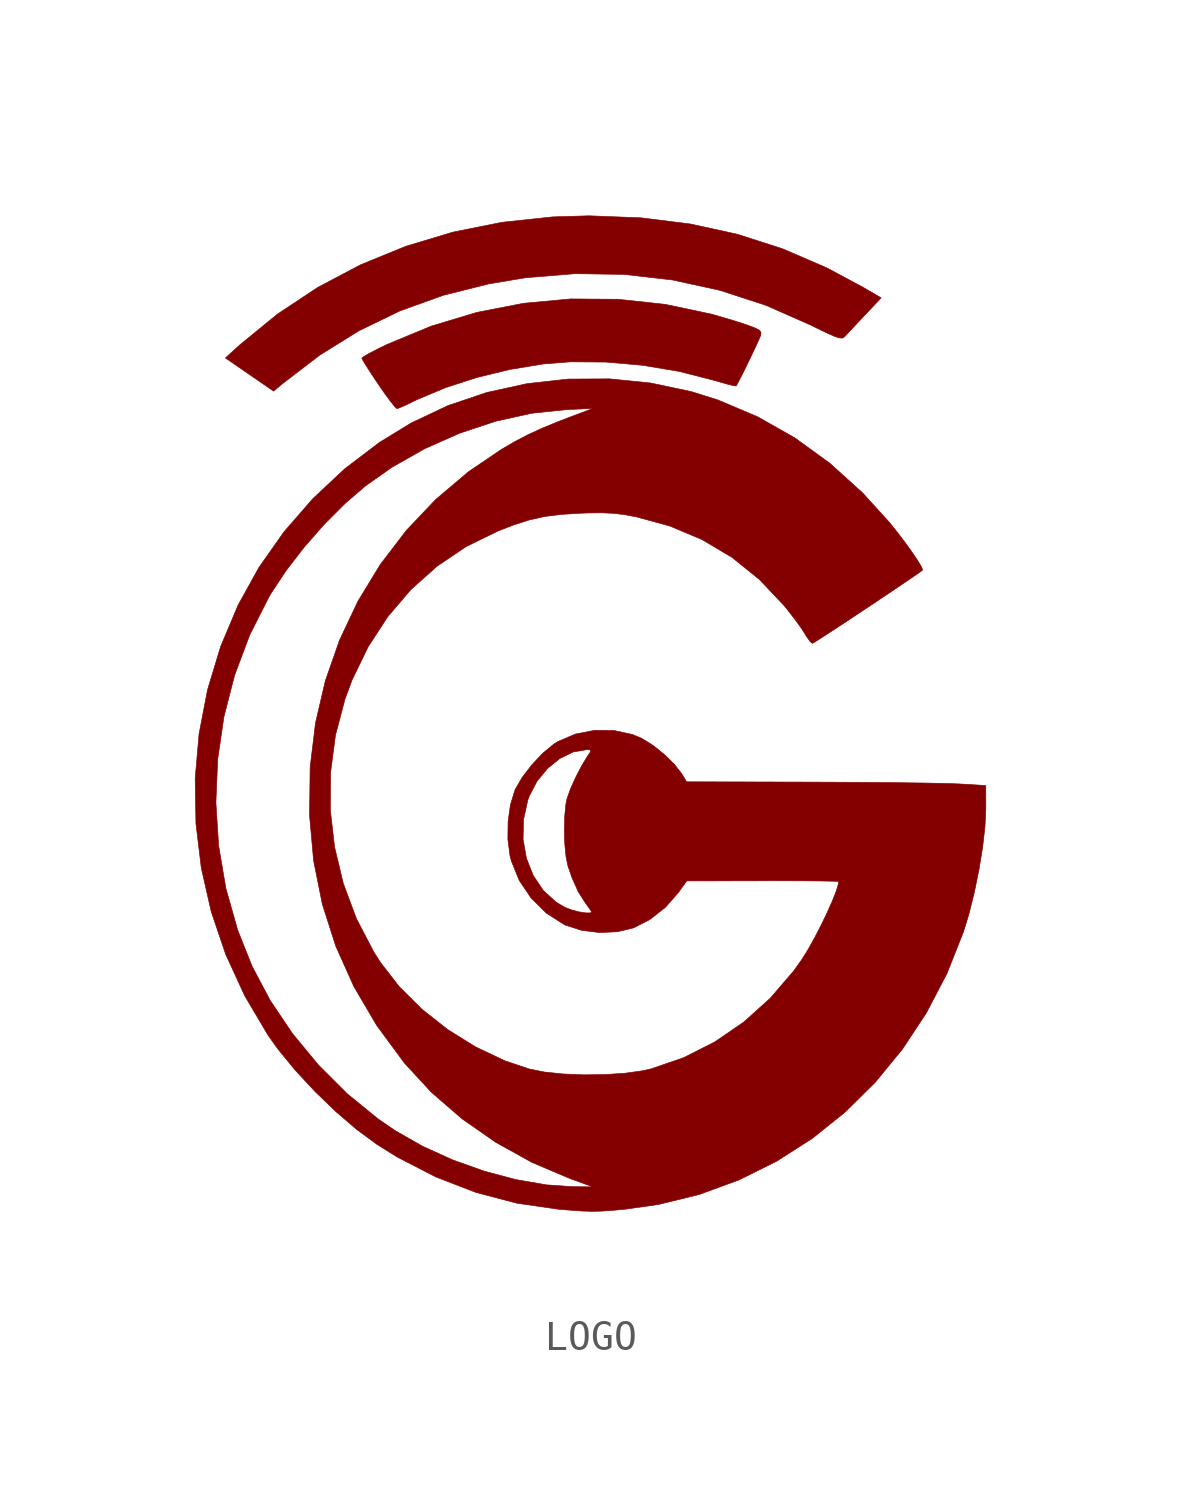
<source format=kicad_sym>
(kicad_symbol_lib
  (version 20220914)
  (generator "bitmap2component")
  (generator_version "8.0")
  (symbol "LOGO"
    (pin_names
      (offset 1.016))
    (property "Reference" "#G"
      (at 0 18.5 0)
      (effects (font (size 1.27 1.27)) hide))
    (symbol "LOGO_0_0"
      (polyline (pts (xy 0.423 -16.486) (xy 0.769 -16.463) (xy 1.207 -16.424) (xy 2.365 -16.261) (xy 3.777 -15.915) (xy 5.133 -15.418) (xy 6.422 -14.778) (xy 7.636 -14.002) (xy 8.767 -13.097) (xy 9.803 -12.072) (xy 10.736 -10.934) (xy 11.557 -9.69) (xy 12.257 -8.349) (xy 12.825 -6.917) (xy 13.01 -6.312) (xy 13.196 -5.566) (xy 13.356 -4.785) (xy 13.481 -4.016) (xy 13.562 -3.308) (xy 13.59 -2.709) (xy 13.589 -1.905) (xy 12.7 -1.852) (xy 12.695 -1.852) (xy 12.428 -1.841) (xy 12.012 -1.83) (xy 11.469 -1.82) (xy 10.819 -1.811) (xy 10.084 -1.803) (xy 9.285 -1.797) (xy 8.441 -1.792) (xy 7.575 -1.788) (xy 3.338 -1.778) (xy 3.2 -1.543) (xy 3.176 -1.505) (xy 2.92 -1.179) (xy 2.57 -0.837) (xy 2.181 -0.525) (xy 1.805 -0.292) (xy 1.488 -0.159) (xy 0.853 -0.02) (xy 0.185 -0.015) (xy -0.472 -0.143) (xy -1.077 -0.401) (xy -1.22 -0.493) (xy -1.592 -0.803) (xy -1.965 -1.198) (xy -2.291 -1.624) (xy -2.527 -2.03) (xy -2.545 -2.071) (xy -2.696 -2.564) (xy -2.777 -3.144) (xy -2.784 -3.746) (xy -2.784 -3.751) (xy -2.263 -3.751) (xy -2.249 -3.077) (xy -2.1 -2.4) (xy -2.05 -2.263) (xy -1.785 -1.758) (xy -1.427 -1.322) (xy -1.005 -0.98) (xy -0.548 -0.757) (xy -0.086 -0.677) (xy 0.027 -0.683) (xy 0.055 -0.731) (xy -0.032 -0.868) (xy -0.063 -0.912) (xy -0.263 -1.242) (xy -0.468 -1.639) (xy -0.645 -2.034) (xy -0.758 -2.358) (xy -0.796 -2.54) (xy -0.836 -2.945) (xy -0.849 -3.418) (xy -0.835 -3.9) (xy -0.794 -4.333) (xy -0.728 -4.657) (xy -0.588 -5.064) (xy -0.377 -5.536) (xy -0.133 -5.922) (xy -0.076 -5.999) (xy 0.039 -6.162) (xy 0.085 -6.239) (xy 0.04 -6.27) (xy -0.122 -6.269) (xy -0.354 -6.232) (xy -0.606 -6.166) (xy -0.827 -6.082) (xy -1.131 -5.902) (xy -1.574 -5.497) (xy -1.916 -4.986) (xy -2.149 -4.396) (xy -2.263 -3.751) (xy -2.784 -3.751) (xy -2.712 -4.306) (xy -2.668 -4.483) (xy -2.396 -5.154) (xy -1.987 -5.762) (xy -1.466 -6.277) (xy -0.858 -6.666) (xy -0.808 -6.69) (xy -0.26 -6.866) (xy 0.355 -6.942) (xy 0.971 -6.915) (xy 1.524 -6.782) (xy 2.08 -6.497) (xy 2.612 -6.079) (xy 3.059 -5.571) (xy 3.344 -5.173) (xy 5.948 -5.169) (xy 6.239 -5.168) (xy 6.861 -5.169) (xy 7.415 -5.171) (xy 7.881 -5.175) (xy 8.24 -5.181) (xy 8.47 -5.187) (xy 8.551 -5.194) (xy 8.543 -5.263) (xy 8.47 -5.51) (xy 8.335 -5.854) (xy 8.153 -6.263) (xy 7.941 -6.703) (xy 7.714 -7.141) (xy 7.489 -7.543) (xy 7.28 -7.876) (xy 7.003 -8.263) (xy 6.201 -9.196) (xy 5.297 -10.008) (xy 4.304 -10.689) (xy 3.239 -11.228) (xy 2.117 -11.614) (xy 1.83 -11.678) (xy 1.225 -11.762) (xy 0.536 -11.808) (xy -0.186 -11.817) (xy -0.891 -11.787) (xy -1.532 -11.721) (xy -2.056 -11.616) (xy -2.898 -11.331) (xy -3.894 -10.859) (xy -4.848 -10.264) (xy -5.729 -9.569) (xy -6.506 -8.796) (xy -7.149 -7.967) (xy -7.379 -7.604) (xy -7.975 -6.461) (xy -8.424 -5.255) (xy -8.722 -4.007) (xy -8.868 -2.733) (xy -8.858 -1.452) (xy -8.691 -0.182) (xy -8.364 1.058) (xy -8.12 1.714) (xy -7.569 2.851) (xy -6.895 3.885) (xy -6.106 4.808) (xy -5.208 5.609) (xy -4.212 6.281) (xy -3.123 6.814) (xy -2.604 7.015) (xy -2.055 7.192) (xy -1.531 7.31) (xy -0.966 7.382) (xy -0.296 7.423) (xy -0.065 7.432) (xy 0.421 7.438) (xy 0.823 7.421) (xy 1.199 7.376) (xy 1.609 7.3) (xy 2.751 6.989) (xy 3.869 6.52) (xy 4.897 5.908) (xy 5.835 5.152) (xy 6.684 4.253) (xy 6.778 4.137) (xy 7.027 3.817) (xy 7.243 3.521) (xy 7.386 3.301) (xy 7.446 3.201) (xy 7.568 3.031) (xy 7.648 2.964) (xy 7.651 2.965) (xy 7.744 3.019) (xy 7.952 3.151) (xy 8.254 3.347) (xy 8.626 3.59) (xy 9.045 3.867) (xy 9.489 4.162) (xy 9.936 4.46) (xy 10.363 4.746) (xy 10.748 5.006) (xy 11.068 5.223) (xy 11.3 5.384) (xy 11.422 5.473) (xy 11.425 5.486) (xy 11.374 5.606) (xy 11.242 5.823) (xy 11.049 6.109) (xy 10.812 6.437) (xy 10.551 6.781) (xy 10.284 7.112) (xy 9.375 8.114) (xy 8.25 9.132) (xy 7.045 10.006) (xy 5.764 10.731) (xy 4.413 11.303) (xy 3.498 11.59) (xy 2.112 11.884) (xy 0.698 12.027) (xy -0.724 12.019) (xy -2.134 11.862) (xy -3.513 11.558) (xy -4.84 11.109) (xy -6.096 10.515) (xy -7.182 9.85) (xy -8.372 8.946) (xy -9.468 7.919) (xy -10.455 6.785) (xy -11.314 5.563) (xy -12.029 4.271) (xy -12.623 2.86) (xy -13.074 1.372) (xy -13.365 -0.143) (xy -13.497 -1.672) (xy -13.483 -2.488) (xy -12.787 -2.488) (xy -12.726 -1.012) (xy -12.512 0.448) (xy -12.145 1.877) (xy -11.626 3.259) (xy -10.956 4.58) (xy -10.904 4.668) (xy -10.386 5.452) (xy -9.763 6.259) (xy -9.075 7.044) (xy -8.361 7.759) (xy -7.662 8.36) (xy -6.761 8.995) (xy -5.629 9.636) (xy -4.431 10.167) (xy -3.2 10.575) (xy -1.967 10.848) (xy -0.762 10.975) (xy 0.127 11.012) (xy -0.635 10.725) (xy -1.055 10.564) (xy -1.612 10.335) (xy -2.089 10.116) (xy -2.537 9.882) (xy -3.006 9.609) (xy -4.135 8.844) (xy -5.256 7.895) (xy -6.265 6.831) (xy -7.156 5.665) (xy -7.92 4.41) (xy -8.549 3.079) (xy -9.037 1.685) (xy -9.374 0.24) (xy -9.554 -1.243) (xy -9.559 -1.325) (xy -9.579 -2.929) (xy -9.44 -4.477) (xy -9.141 -5.968) (xy -8.681 -7.405) (xy -8.062 -8.788) (xy -7.281 -10.119) (xy -6.339 -11.399) (xy -6.323 -11.419) (xy -5.406 -12.413) (xy -4.358 -13.321) (xy -3.202 -14.127) (xy -1.964 -14.815) (xy -0.665 -15.367) (xy 0.127 -15.655) (xy -0.55 -15.649) (xy -1.467 -15.586) (xy -2.518 -15.404) (xy -3.6 -15.115) (xy -4.674 -14.732) (xy -5.7 -14.267) (xy -6.638 -13.733) (xy -7.229 -13.329) (xy -8.288 -12.465) (xy -9.273 -11.481) (xy -10.162 -10.405) (xy -10.93 -9.264) (xy -11.552 -8.086) (xy -12.042 -6.854) (xy -12.446 -5.424) (xy -12.694 -3.964) (xy -12.787 -2.488) (xy -13.483 -2.488) (xy -13.471 -3.203) (xy -13.288 -4.724) (xy -12.948 -6.223) (xy -12.452 -7.687) (xy -11.801 -9.106) (xy -10.997 -10.465) (xy -10.662 -10.934) (xy -10.072 -11.654) (xy -9.398 -12.381) (xy -8.679 -13.075) (xy -7.955 -13.695) (xy -7.265 -14.203) (xy -6.572 -14.635) (xy -5.249 -15.317) (xy -3.879 -15.846) (xy -2.477 -16.215) (xy -1.058 -16.421) (xy -0.59 -16.459) (xy -0.204 -16.485) (xy 0.117 -16.494) (xy 0.423 -16.486)) (stroke (width 0.01) (type default)) (fill (type outline)))
      (polyline (pts (xy -6.517 11.027) (xy -6.33 11.106) (xy -6.082 11.225) (xy -5.904 11.313) (xy -4.93 11.722) (xy -3.851 12.072) (xy -2.716 12.348) (xy -1.574 12.536) (xy -0.646 12.61) (xy 0.576 12.602) (xy 1.838 12.491) (xy 3.092 12.28) (xy 4.291 11.973) (xy 4.442 11.928) (xy 4.738 11.845) (xy 4.948 11.793) (xy 5.035 11.783) (xy 5.055 11.813) (xy 5.14 11.971) (xy 5.268 12.223) (xy 5.419 12.531) (xy 5.575 12.854) (xy 5.716 13.153) (xy 5.823 13.388) (xy 5.877 13.52) (xy 5.887 13.557) (xy 5.883 13.633) (xy 5.82 13.701) (xy 5.672 13.776) (xy 5.413 13.871) (xy 5.017 14.002) (xy 4.203 14.241) (xy 2.608 14.579) (xy 0.994 14.753) (xy -0.628 14.765) (xy -2.243 14.616) (xy -3.839 14.306) (xy -5.403 13.836) (xy -6.921 13.207) (xy -7.235 13.054) (xy -7.522 12.905) (xy -7.718 12.794) (xy -7.789 12.737) (xy -7.745 12.65) (xy -7.624 12.452) (xy -7.444 12.173) (xy -7.224 11.843) (xy -6.999 11.519) (xy -6.803 11.253) (xy -6.659 11.073) (xy -6.586 11.007) (xy -6.517 11.027)) (stroke (width 0.01) (type default)) (fill (type outline)))
      (polyline (pts (xy -10.506 11.861) (xy -9.225 12.843) (xy -7.885 13.675) (xy -6.483 14.354) (xy -5.006 14.887) (xy -3.442 15.28) (xy -2.183 15.49) (xy -0.483 15.63) (xy 1.198 15.605) (xy 2.853 15.415) (xy 4.476 15.061) (xy 6.06 14.544) (xy 7.6 13.865) (xy 7.797 13.767) (xy 8.164 13.589) (xy 8.418 13.479) (xy 8.584 13.427) (xy 8.685 13.426) (xy 8.748 13.466) (xy 8.795 13.517) (xy 8.95 13.684) (xy 9.173 13.922) (xy 9.431 14.195) (xy 10.004 14.802) (xy 9.383 15.164) (xy 8.134 15.833) (xy 6.627 16.483) (xy 5.074 16.982) (xy 3.461 17.334) (xy 1.774 17.544) (xy 0 17.613) (xy -1.243 17.576) (xy -2.981 17.391) (xy -4.663 17.055) (xy -6.282 16.568) (xy -7.829 15.936) (xy -9.298 15.16) (xy -10.68 14.244) (xy -11.967 13.191) (xy -12.461 12.742) (xy -11.636 12.174) (xy -10.81 11.605) (xy -10.506 11.861)) (stroke (width 0.01) (type default)) (fill (type outline))))))
</source>
